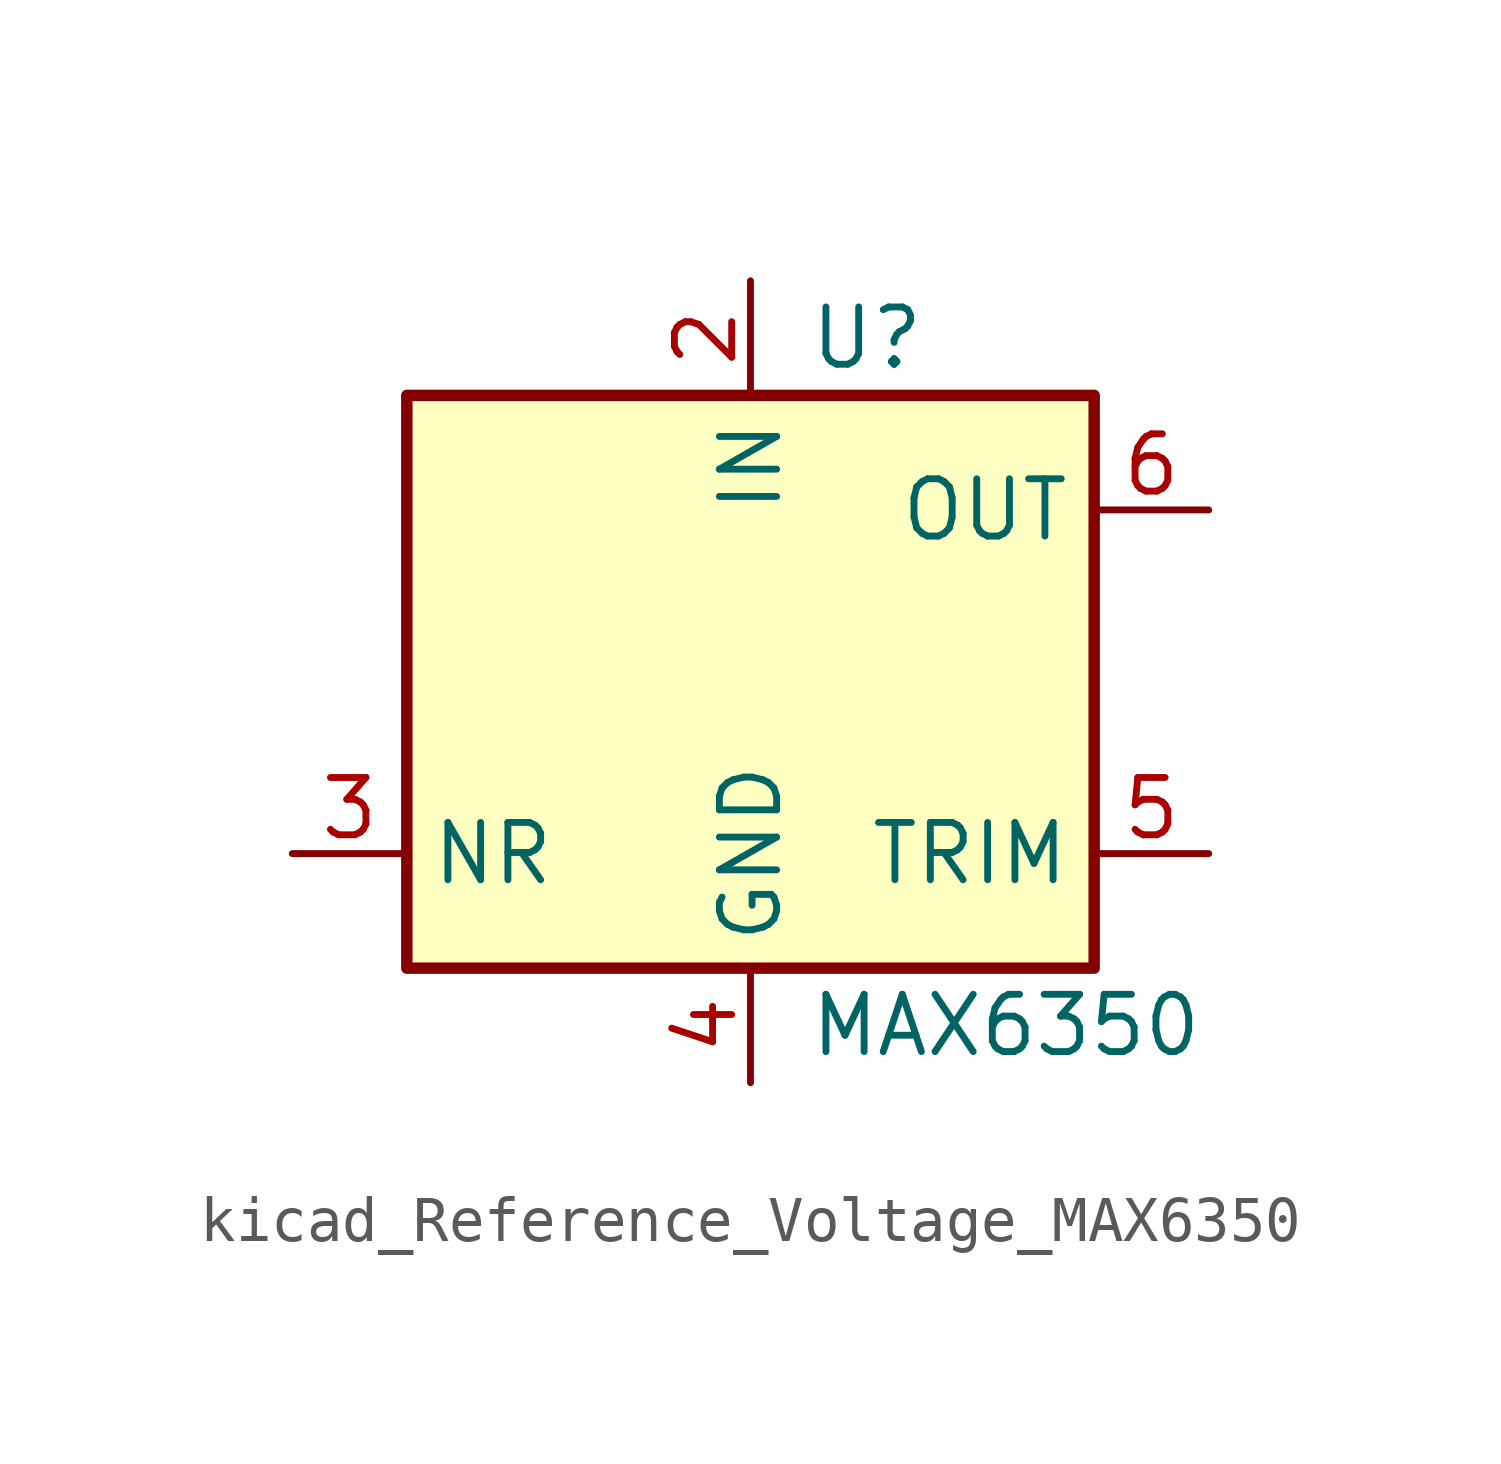
<source format=kicad_sym>
(kicad_symbol_lib
  (version 20220914)
  (generator kicad_symbol_editor)
  (symbol "kicad_Reference_Voltage_MAX6350"
    (property "Reference" "U"
      (at 1.27 6.35 0)
      (effects (font (size 1.27 1.27)) (justify left)))
    (property "Value" "MAX6350"
      (at 1.27 -8.89 0)
      (effects (font (size 1.27 1.27)) (justify left)))
    (symbol "kicad_Reference_Voltage_MAX6350_0_1"
      (rectangle (start -7.62 5.08) (end 7.62 -7.62) (stroke (width 0.254) (type default)) (fill (type background))))
    (symbol "kicad_Reference_Voltage_MAX6350_1_1"
      (pin no_connect line (at -7.62 -2.54 0) (length 2.54) hide (name "NC" (effects (font (size 1.27 1.27)))) (number "1" (effects (font (size 1.27 1.27)))))
      (pin power_in line (at 0 7.62 270) (length 2.54) (name "IN" (effects (font (size 1.27 1.27)))) (number "2" (effects (font (size 1.27 1.27)))))
      (pin passive line (at -10.16 -5.08 0) (length 2.54) (name "NR" (effects (font (size 1.27 1.27)))) (number "3" (effects (font (size 1.27 1.27)))))
      (pin power_in line (at 0 -10.16 90) (length 2.54) (name "GND" (effects (font (size 1.27 1.27)))) (number "4" (effects (font (size 1.27 1.27)))))
      (pin passive line (at 10.16 -5.08 180) (length 2.54) (name "TRIM" (effects (font (size 1.27 1.27)))) (number "5" (effects (font (size 1.27 1.27)))))
      (pin power_out line (at 10.16 2.54 180) (length 2.54) (name "OUT" (effects (font (size 1.27 1.27)))) (number "6" (effects (font (size 1.27 1.27)))))
      (pin no_connect line (at 7.62 0 180) (length 2.54) hide (name "NC" (effects (font (size 1.27 1.27)))) (number "7" (effects (font (size 1.27 1.27)))))
      (pin no_connect line (at 7.62 -2.54 180) (length 2.54) hide (name "NC" (effects (font (size 1.27 1.27)))) (number "8" (effects (font (size 1.27 1.27))))))))
</source>
